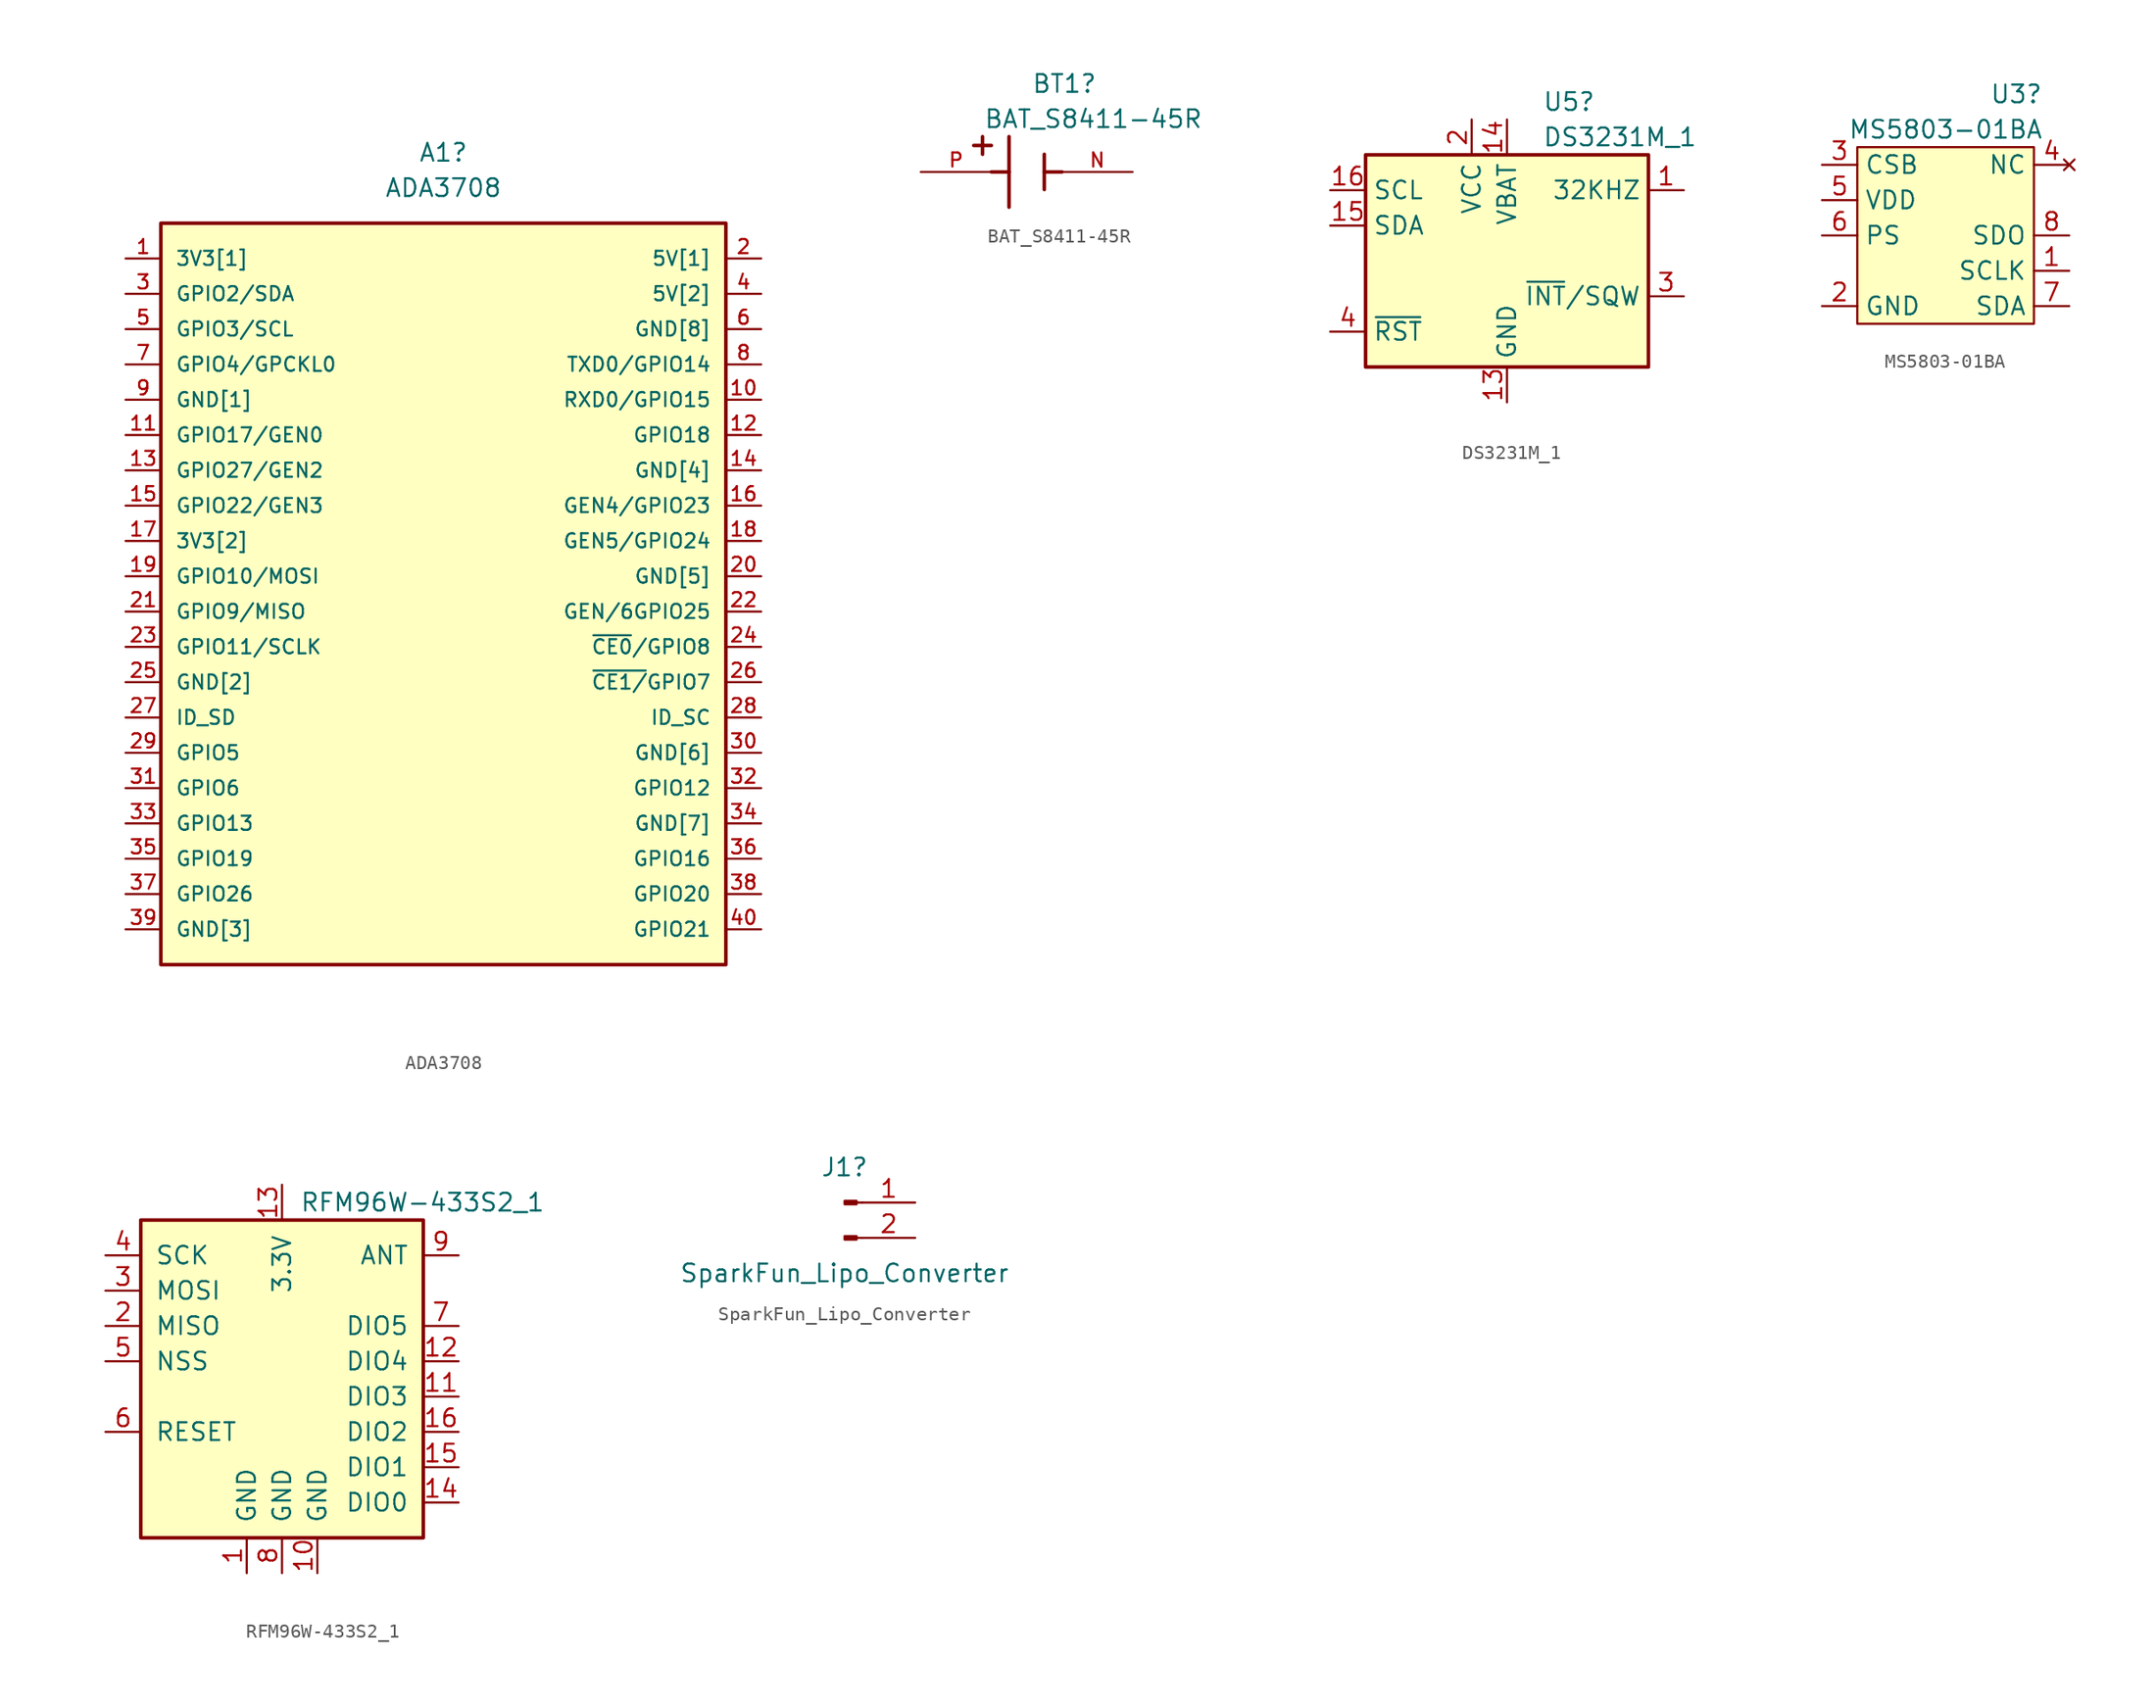
<source format=kicad_sym>
(kicad_symbol_lib
  (version 20211014)
  (generator kicad_symbol_editor)
  (symbol "ADA3708"
    (pin_names
      (offset 1.016))
    (property "Reference" "A1"
      (at 0 30.48 0)
      (effects (font (size 1.27 1.27))))
    (property "Value" "ADA3708"
      (at 0 27.94 0)
      (effects (font (size 1.27 1.27))))
    (property "ki_locked" ""
      (at 0 0 0)
      (effects (font (size 1.27 1.27))))
    (symbol "ADA3708_0_0"
      (rectangle (start -20.32 -27.94) (end 20.32 25.4) (stroke (width 0.254) (type default) (color 0 0 0 0)) (fill (type background)))
      (pin power_out line (at -22.86 22.86 0) (length 2.54) (name "3V3[1]" (effects (font (size 1.016 1.016)))) (number "1" (effects (font (size 1.016 1.016)))))
      (pin bidirectional line (at 22.86 12.7 180) (length 2.54) (name "RXD0/GPIO15" (effects (font (size 1.016 1.016)))) (number "10" (effects (font (size 1.016 1.016)))))
      (pin bidirectional line (at -22.86 10.16 0) (length 2.54) (name "GPIO17/GEN0" (effects (font (size 1.016 1.016)))) (number "11" (effects (font (size 1.016 1.016)))))
      (pin bidirectional line (at 22.86 10.16 180) (length 2.54) (name "GPIO18" (effects (font (size 1.016 1.016)))) (number "12" (effects (font (size 1.016 1.016)))))
      (pin bidirectional line (at -22.86 7.62 0) (length 2.54) (name "GPIO27/GEN2" (effects (font (size 1.016 1.016)))) (number "13" (effects (font (size 1.016 1.016)))))
      (pin power_in line (at 22.86 7.62 180) (length 2.54) (name "GND[4]" (effects (font (size 1.016 1.016)))) (number "14" (effects (font (size 1.016 1.016)))))
      (pin bidirectional line (at -22.86 5.08 0) (length 2.54) (name "GPIO22/GEN3" (effects (font (size 1.016 1.016)))) (number "15" (effects (font (size 1.016 1.016)))))
      (pin bidirectional line (at 22.86 5.08 180) (length 2.54) (name "GEN4/GPIO23" (effects (font (size 1.016 1.016)))) (number "16" (effects (font (size 1.016 1.016)))))
      (pin passive line (at -22.86 2.54 0) (length 2.54) (name "3V3[2]" (effects (font (size 1.016 1.016)))) (number "17" (effects (font (size 1.016 1.016)))))
      (pin bidirectional line (at 22.86 2.54 180) (length 2.54) (name "GEN5/GPIO24" (effects (font (size 1.016 1.016)))) (number "18" (effects (font (size 1.016 1.016)))))
      (pin bidirectional line (at -22.86 0 0) (length 2.54) (name "GPIO10/MOSI" (effects (font (size 1.016 1.016)))) (number "19" (effects (font (size 1.016 1.016)))))
      (pin power_in line (at 22.86 22.86 180) (length 2.54) (name "5V[1]" (effects (font (size 1.016 1.016)))) (number "2" (effects (font (size 1.016 1.016)))))
      (pin power_in line (at 22.86 0 180) (length 2.54) (name "GND[5]" (effects (font (size 1.016 1.016)))) (number "20" (effects (font (size 1.016 1.016)))))
      (pin bidirectional line (at -22.86 -2.54 0) (length 2.54) (name "GPIO9/MISO" (effects (font (size 1.016 1.016)))) (number "21" (effects (font (size 1.016 1.016)))))
      (pin bidirectional line (at 22.86 -2.54 180) (length 2.54) (name "GEN/6GPIO25" (effects (font (size 1.016 1.016)))) (number "22" (effects (font (size 1.016 1.016)))))
      (pin bidirectional line (at -22.86 -5.08 0) (length 2.54) (name "GPIO11/SCLK" (effects (font (size 1.016 1.016)))) (number "23" (effects (font (size 1.016 1.016)))))
      (pin bidirectional line (at 22.86 -5.08 180) (length 2.54) (name "~{CE0}/GPIO8" (effects (font (size 1.016 1.016)))) (number "24" (effects (font (size 1.016 1.016)))))
      (pin power_in line (at -22.86 -7.62 0) (length 2.54) (name "GND[2]" (effects (font (size 1.016 1.016)))) (number "25" (effects (font (size 1.016 1.016)))))
      (pin bidirectional line (at 22.86 -7.62 180) (length 2.54) (name "~{CE1/}GPIO7" (effects (font (size 1.016 1.016)))) (number "26" (effects (font (size 1.016 1.016)))))
      (pin bidirectional line (at -22.86 -10.16 0) (length 2.54) (name "ID_SD" (effects (font (size 1.016 1.016)))) (number "27" (effects (font (size 1.016 1.016)))))
      (pin bidirectional line (at 22.86 -10.16 180) (length 2.54) (name "ID_SC" (effects (font (size 1.016 1.016)))) (number "28" (effects (font (size 1.016 1.016)))))
      (pin bidirectional line (at -22.86 -12.7 0) (length 2.54) (name "GPIO5" (effects (font (size 1.016 1.016)))) (number "29" (effects (font (size 1.016 1.016)))))
      (pin bidirectional line (at -22.86 20.32 0) (length 2.54) (name "GPIO2/SDA" (effects (font (size 1.016 1.016)))) (number "3" (effects (font (size 1.016 1.016)))))
      (pin power_in line (at 22.86 -12.7 180) (length 2.54) (name "GND[6]" (effects (font (size 1.016 1.016)))) (number "30" (effects (font (size 1.016 1.016)))))
      (pin bidirectional line (at -22.86 -15.24 0) (length 2.54) (name "GPIO6" (effects (font (size 1.016 1.016)))) (number "31" (effects (font (size 1.016 1.016)))))
      (pin bidirectional line (at 22.86 -15.24 180) (length 2.54) (name "GPIO12" (effects (font (size 1.016 1.016)))) (number "32" (effects (font (size 1.016 1.016)))))
      (pin bidirectional line (at -22.86 -17.78 0) (length 2.54) (name "GPIO13" (effects (font (size 1.016 1.016)))) (number "33" (effects (font (size 1.016 1.016)))))
      (pin power_in line (at 22.86 -17.78 180) (length 2.54) (name "GND[7]" (effects (font (size 1.016 1.016)))) (number "34" (effects (font (size 1.016 1.016)))))
      (pin bidirectional line (at -22.86 -20.32 0) (length 2.54) (name "GPIO19" (effects (font (size 1.016 1.016)))) (number "35" (effects (font (size 1.016 1.016)))))
      (pin bidirectional line (at 22.86 -20.32 180) (length 2.54) (name "GPIO16" (effects (font (size 1.016 1.016)))) (number "36" (effects (font (size 1.016 1.016)))))
      (pin bidirectional line (at -22.86 -22.86 0) (length 2.54) (name "GPIO26" (effects (font (size 1.016 1.016)))) (number "37" (effects (font (size 1.016 1.016)))))
      (pin bidirectional line (at 22.86 -22.86 180) (length 2.54) (name "GPIO20" (effects (font (size 1.016 1.016)))) (number "38" (effects (font (size 1.016 1.016)))))
      (pin power_in line (at -22.86 -25.4 0) (length 2.54) (name "GND[3]" (effects (font (size 1.016 1.016)))) (number "39" (effects (font (size 1.016 1.016)))))
      (pin power_in line (at 22.86 20.32 180) (length 2.54) (name "5V[2]" (effects (font (size 1.016 1.016)))) (number "4" (effects (font (size 1.016 1.016)))))
      (pin bidirectional line (at 22.86 -25.4 180) (length 2.54) (name "GPIO21" (effects (font (size 1.016 1.016)))) (number "40" (effects (font (size 1.016 1.016)))))
      (pin bidirectional line (at -22.86 17.78 0) (length 2.54) (name "GPIO3/SCL" (effects (font (size 1.016 1.016)))) (number "5" (effects (font (size 1.016 1.016)))))
      (pin power_in line (at 22.86 17.78 180) (length 2.54) (name "GND[8]" (effects (font (size 1.016 1.016)))) (number "6" (effects (font (size 1.016 1.016)))))
      (pin bidirectional line (at -22.86 15.24 0) (length 2.54) (name "GPIO4/GPCKL0" (effects (font (size 1.016 1.016)))) (number "7" (effects (font (size 1.016 1.016)))))
      (pin bidirectional line (at 22.86 15.24 180) (length 2.54) (name "TXD0/GPIO14" (effects (font (size 1.016 1.016)))) (number "8" (effects (font (size 1.016 1.016)))))
      (pin power_in line (at -22.86 12.7 0) (length 2.54) (name "GND[1]" (effects (font (size 1.016 1.016)))) (number "9" (effects (font (size 1.016 1.016)))))))
  (symbol "BAT_S8411-45R"
    (pin_names
      (offset 1.016) hide)
    (property "Reference" "BT1"
      (at 5.08 6.35 0)
      (effects (font (size 1.27 1.27)) (justify right)))
    (property "Value" "BAT_S8411-45R"
      (at 12.7 3.81 0)
      (effects (font (size 1.27 1.27)) (justify right)))
    (property "ki_locked" ""
      (at 0 0 0)
      (effects (font (size 1.27 1.27))))
    (symbol "BAT_S8411-45R_0_0"
      (polyline (pts (xy -3.81 1.905) (xy -2.54 1.905)) (stroke (width 0.254) (type default) (color 0 0 0 0)) (fill (type none)))
      (polyline (pts (xy -3.175 2.54) (xy -3.175 1.27)) (stroke (width 0.254) (type default) (color 0 0 0 0)) (fill (type none)))
      (polyline (pts (xy -1.27 0) (xy -2.54 0)) (stroke (width 0.254) (type default) (color 0 0 0 0)) (fill (type none)))
      (polyline (pts (xy -1.27 0) (xy -1.27 -2.54)) (stroke (width 0.254) (type default) (color 0 0 0 0)) (fill (type none)))
      (polyline (pts (xy -1.27 2.54) (xy -1.27 0)) (stroke (width 0.254) (type default) (color 0 0 0 0)) (fill (type none)))
      (polyline (pts (xy 1.27 0) (xy 1.27 -1.27)) (stroke (width 0.254) (type default) (color 0 0 0 0)) (fill (type none)))
      (polyline (pts (xy 1.27 0) (xy 2.54 0)) (stroke (width 0.254) (type default) (color 0 0 0 0)) (fill (type none)))
      (polyline (pts (xy 1.27 1.27) (xy 1.27 0)) (stroke (width 0.254) (type default) (color 0 0 0 0)) (fill (type none)))
      (pin passive line (at 7.62 0 180) (length 5.08) (name "~" (effects (font (size 1.016 1.016)))) (number "N" (effects (font (size 1.016 1.016)))))
      (pin passive line (at -7.62 0 0) (length 5.08) (name "~" (effects (font (size 1.016 1.016)))) (number "P" (effects (font (size 1.016 1.016)))))))
  (symbol "DS3231M_1"
    (property "Reference" "U5"
      (at 2.54 11.43 0)
      (effects (font (size 1.27 1.27)) (justify left)))
    (property "Value" "DS3231M_1"
      (at 2.54 8.89 0)
      (effects (font (size 1.27 1.27)) (justify left)))
    (symbol "DS3231M_1_0_1"
      (rectangle (start -10.16 7.62) (end 10.16 -7.62) (stroke (width 0.254) (type default) (color 0 0 0 0)) (fill (type background))))
    (symbol "DS3231M_1_1_1"
      (pin open_collector line (at 12.7 5.08 180) (length 2.54) (name "32KHZ" (effects (font (size 1.27 1.27)))) (number "1" (effects (font (size 1.27 1.27)))))
      (pin passive line (at 0 -10.16 90) (length 2.54) hide (name "GND" (effects (font (size 1.27 1.27)))) (number "10" (effects (font (size 1.27 1.27)))))
      (pin passive line (at 0 -10.16 90) (length 2.54) hide (name "GND" (effects (font (size 1.27 1.27)))) (number "11" (effects (font (size 1.27 1.27)))))
      (pin passive line (at 0 -10.16 90) (length 2.54) hide (name "GND" (effects (font (size 1.27 1.27)))) (number "12" (effects (font (size 1.27 1.27)))))
      (pin power_in line (at 0 -10.16 90) (length 2.54) (name "GND" (effects (font (size 1.27 1.27)))) (number "13" (effects (font (size 1.27 1.27)))))
      (pin power_in line (at 0 10.16 270) (length 2.54) (name "VBAT" (effects (font (size 1.27 1.27)))) (number "14" (effects (font (size 1.27 1.27)))))
      (pin bidirectional line (at -12.7 2.54 0) (length 2.54) (name "SDA" (effects (font (size 1.27 1.27)))) (number "15" (effects (font (size 1.27 1.27)))))
      (pin input line (at -12.7 5.08 0) (length 2.54) (name "SCL" (effects (font (size 1.27 1.27)))) (number "16" (effects (font (size 1.27 1.27)))))
      (pin power_in line (at -2.54 10.16 270) (length 2.54) (name "VCC" (effects (font (size 1.27 1.27)))) (number "2" (effects (font (size 1.27 1.27)))))
      (pin open_collector line (at 12.7 -2.54 180) (length 2.54) (name "~{INT}/SQW" (effects (font (size 1.27 1.27)))) (number "3" (effects (font (size 1.27 1.27)))))
      (pin bidirectional line (at -12.7 -5.08 0) (length 2.54) (name "~{RST}" (effects (font (size 1.27 1.27)))) (number "4" (effects (font (size 1.27 1.27)))))
      (pin passive line (at 0 -10.16 90) (length 2.54) hide (name "GND" (effects (font (size 1.27 1.27)))) (number "5" (effects (font (size 1.27 1.27)))))
      (pin passive line (at 0 -10.16 90) (length 2.54) hide (name "GND" (effects (font (size 1.27 1.27)))) (number "6" (effects (font (size 1.27 1.27)))))
      (pin passive line (at 0 -10.16 90) (length 2.54) hide (name "GND" (effects (font (size 1.27 1.27)))) (number "7" (effects (font (size 1.27 1.27)))))
      (pin passive line (at 0 -10.16 90) (length 2.54) hide (name "GND" (effects (font (size 1.27 1.27)))) (number "8" (effects (font (size 1.27 1.27)))))
      (pin passive line (at 0 -10.16 90) (length 2.54) hide (name "GND" (effects (font (size 1.27 1.27)))) (number "9" (effects (font (size 1.27 1.27)))))))
  (symbol "MS5803-01BA"
    (property "Reference" "U3"
      (at 5.08 7.62 0)
      (effects (font (size 1.27 1.27))))
    (property "Value" "MS5803-01BA"
      (at 0 5.08 0)
      (effects (font (size 1.27 1.27))))
    (symbol "MS5803-01BA_0_1"
      (rectangle (start -6.35 3.81) (end 6.35 -8.89) (stroke (width 0) (type default) (color 0 0 0 0)) (fill (type background))))
    (symbol "MS5803-01BA_1_1"
      (pin input line (at 8.89 -5.08 180) (length 2.54) (name "SCLK" (effects (font (size 1.27 1.27)))) (number "1" (effects (font (size 1.27 1.27)))))
      (pin power_in line (at -8.89 -7.62 0) (length 2.54) (name "GND" (effects (font (size 1.27 1.27)))) (number "2" (effects (font (size 1.27 1.27)))))
      (pin input line (at -8.89 2.54 0) (length 2.54) (name "CSB" (effects (font (size 1.27 1.27)))) (number "3" (effects (font (size 1.27 1.27)))))
      (pin no_connect line (at 8.89 2.54 180) (length 2.54) (name "NC" (effects (font (size 1.27 1.27)))) (number "4" (effects (font (size 1.27 1.27)))))
      (pin power_in line (at -8.89 0 0) (length 2.54) (name "VDD" (effects (font (size 1.27 1.27)))) (number "5" (effects (font (size 1.27 1.27)))))
      (pin input line (at -8.89 -2.54 0) (length 2.54) (name "PS" (effects (font (size 1.27 1.27)))) (number "6" (effects (font (size 1.27 1.27)))))
      (pin bidirectional line (at 8.89 -7.62 180) (length 2.54) (name "SDA" (effects (font (size 1.27 1.27)))) (number "7" (effects (font (size 1.27 1.27)))))
      (pin output line (at 8.89 -2.54 180) (length 2.54) (name "SDO" (effects (font (size 1.27 1.27)))) (number "8" (effects (font (size 1.27 1.27)))))))
  (symbol "RFM96W-433S2_1"
    (pin_names
      (offset 1.016))
    (property "Reference" "U2"
      (at 1.27 13.97 0)
      (effects (font (size 1.27 1.27)) (justify left) hide))
    (property "Value" "RFM96W-433S2_1"
      (at 1.27 11.43 0)
      (effects (font (size 1.27 1.27)) (justify left)))
    (symbol "RFM96W-433S2_1_0_1"
      (rectangle (start -10.16 10.16) (end 10.16 -12.7) (stroke (width 0.254) (type default) (color 0 0 0 0)) (fill (type background))))
    (symbol "RFM96W-433S2_1_1_1"
      (pin power_in line (at -2.54 -15.24 90) (length 2.54) (name "GND" (effects (font (size 1.27 1.27)))) (number "1" (effects (font (size 1.27 1.27)))))
      (pin power_in line (at 2.54 -15.24 90) (length 2.54) (name "GND" (effects (font (size 1.27 1.27)))) (number "10" (effects (font (size 1.27 1.27)))))
      (pin bidirectional line (at 12.7 -2.54 180) (length 2.54) (name "DIO3" (effects (font (size 1.27 1.27)))) (number "11" (effects (font (size 1.27 1.27)))))
      (pin bidirectional line (at 12.7 0 180) (length 2.54) (name "DIO4" (effects (font (size 1.27 1.27)))) (number "12" (effects (font (size 1.27 1.27)))))
      (pin power_in line (at 0 12.7 270) (length 2.54) (name "3.3V" (effects (font (size 1.27 1.27)))) (number "13" (effects (font (size 1.27 1.27)))))
      (pin bidirectional line (at 12.7 -10.16 180) (length 2.54) (name "DIO0" (effects (font (size 1.27 1.27)))) (number "14" (effects (font (size 1.27 1.27)))))
      (pin bidirectional line (at 12.7 -7.62 180) (length 2.54) (name "DIO1" (effects (font (size 1.27 1.27)))) (number "15" (effects (font (size 1.27 1.27)))))
      (pin bidirectional line (at 12.7 -5.08 180) (length 2.54) (name "DIO2" (effects (font (size 1.27 1.27)))) (number "16" (effects (font (size 1.27 1.27)))))
      (pin output line (at -12.7 2.54 0) (length 2.54) (name "MISO" (effects (font (size 1.27 1.27)))) (number "2" (effects (font (size 1.27 1.27)))))
      (pin input line (at -12.7 5.08 0) (length 2.54) (name "MOSI" (effects (font (size 1.27 1.27)))) (number "3" (effects (font (size 1.27 1.27)))))
      (pin input line (at -12.7 7.62 0) (length 2.54) (name "SCK" (effects (font (size 1.27 1.27)))) (number "4" (effects (font (size 1.27 1.27)))))
      (pin input line (at -12.7 0 0) (length 2.54) (name "NSS" (effects (font (size 1.27 1.27)))) (number "5" (effects (font (size 1.27 1.27)))))
      (pin bidirectional line (at -12.7 -5.08 0) (length 2.54) (name "RESET" (effects (font (size 1.27 1.27)))) (number "6" (effects (font (size 1.27 1.27)))))
      (pin bidirectional line (at 12.7 2.54 180) (length 2.54) (name "DIO5" (effects (font (size 1.27 1.27)))) (number "7" (effects (font (size 1.27 1.27)))))
      (pin power_in line (at 0 -15.24 90) (length 2.54) (name "GND" (effects (font (size 1.27 1.27)))) (number "8" (effects (font (size 1.27 1.27)))))
      (pin bidirectional line (at 12.7 7.62 180) (length 2.54) (name "ANT" (effects (font (size 1.27 1.27)))) (number "9" (effects (font (size 1.27 1.27)))))))
  (symbol "SparkFun_Lipo_Converter"
    (pin_names
      (offset 1.016) hide)
    (property "Reference" "J1"
      (at 0 2.54 0)
      (effects (font (size 1.27 1.27))))
    (property "Value" "SparkFun_Lipo_Converter"
      (at 0 -5.08 0)
      (effects (font (size 1.27 1.27))))
    (symbol "SparkFun_Lipo_Converter_1_1"
      (polyline (pts (xy 1.27 -2.54) (xy 0.864 -2.54)) (stroke (width 0.152) (type default) (color 0 0 0 0)) (fill (type none)))
      (polyline (pts (xy 1.27 0) (xy 0.864 0)) (stroke (width 0.152) (type default) (color 0 0 0 0)) (fill (type none)))
      (rectangle (start 0.864 -2.413) (end 0 -2.667) (stroke (width 0.152) (type default) (color 0 0 0 0)) (fill (type outline)))
      (rectangle (start 0.864 0.127) (end 0 -0.127) (stroke (width 0.152) (type default) (color 0 0 0 0)) (fill (type outline)))
      (pin power_out line (at 5.08 0 180) (length 3.81) (name "Pin_1" (effects (font (size 1.27 1.27)))) (number "1" (effects (font (size 1.27 1.27)))))
      (pin power_out line (at 5.08 -2.54 180) (length 3.81) (name "Pin_2" (effects (font (size 1.27 1.27)))) (number "2" (effects (font (size 1.27 1.27))))))))
</source>
